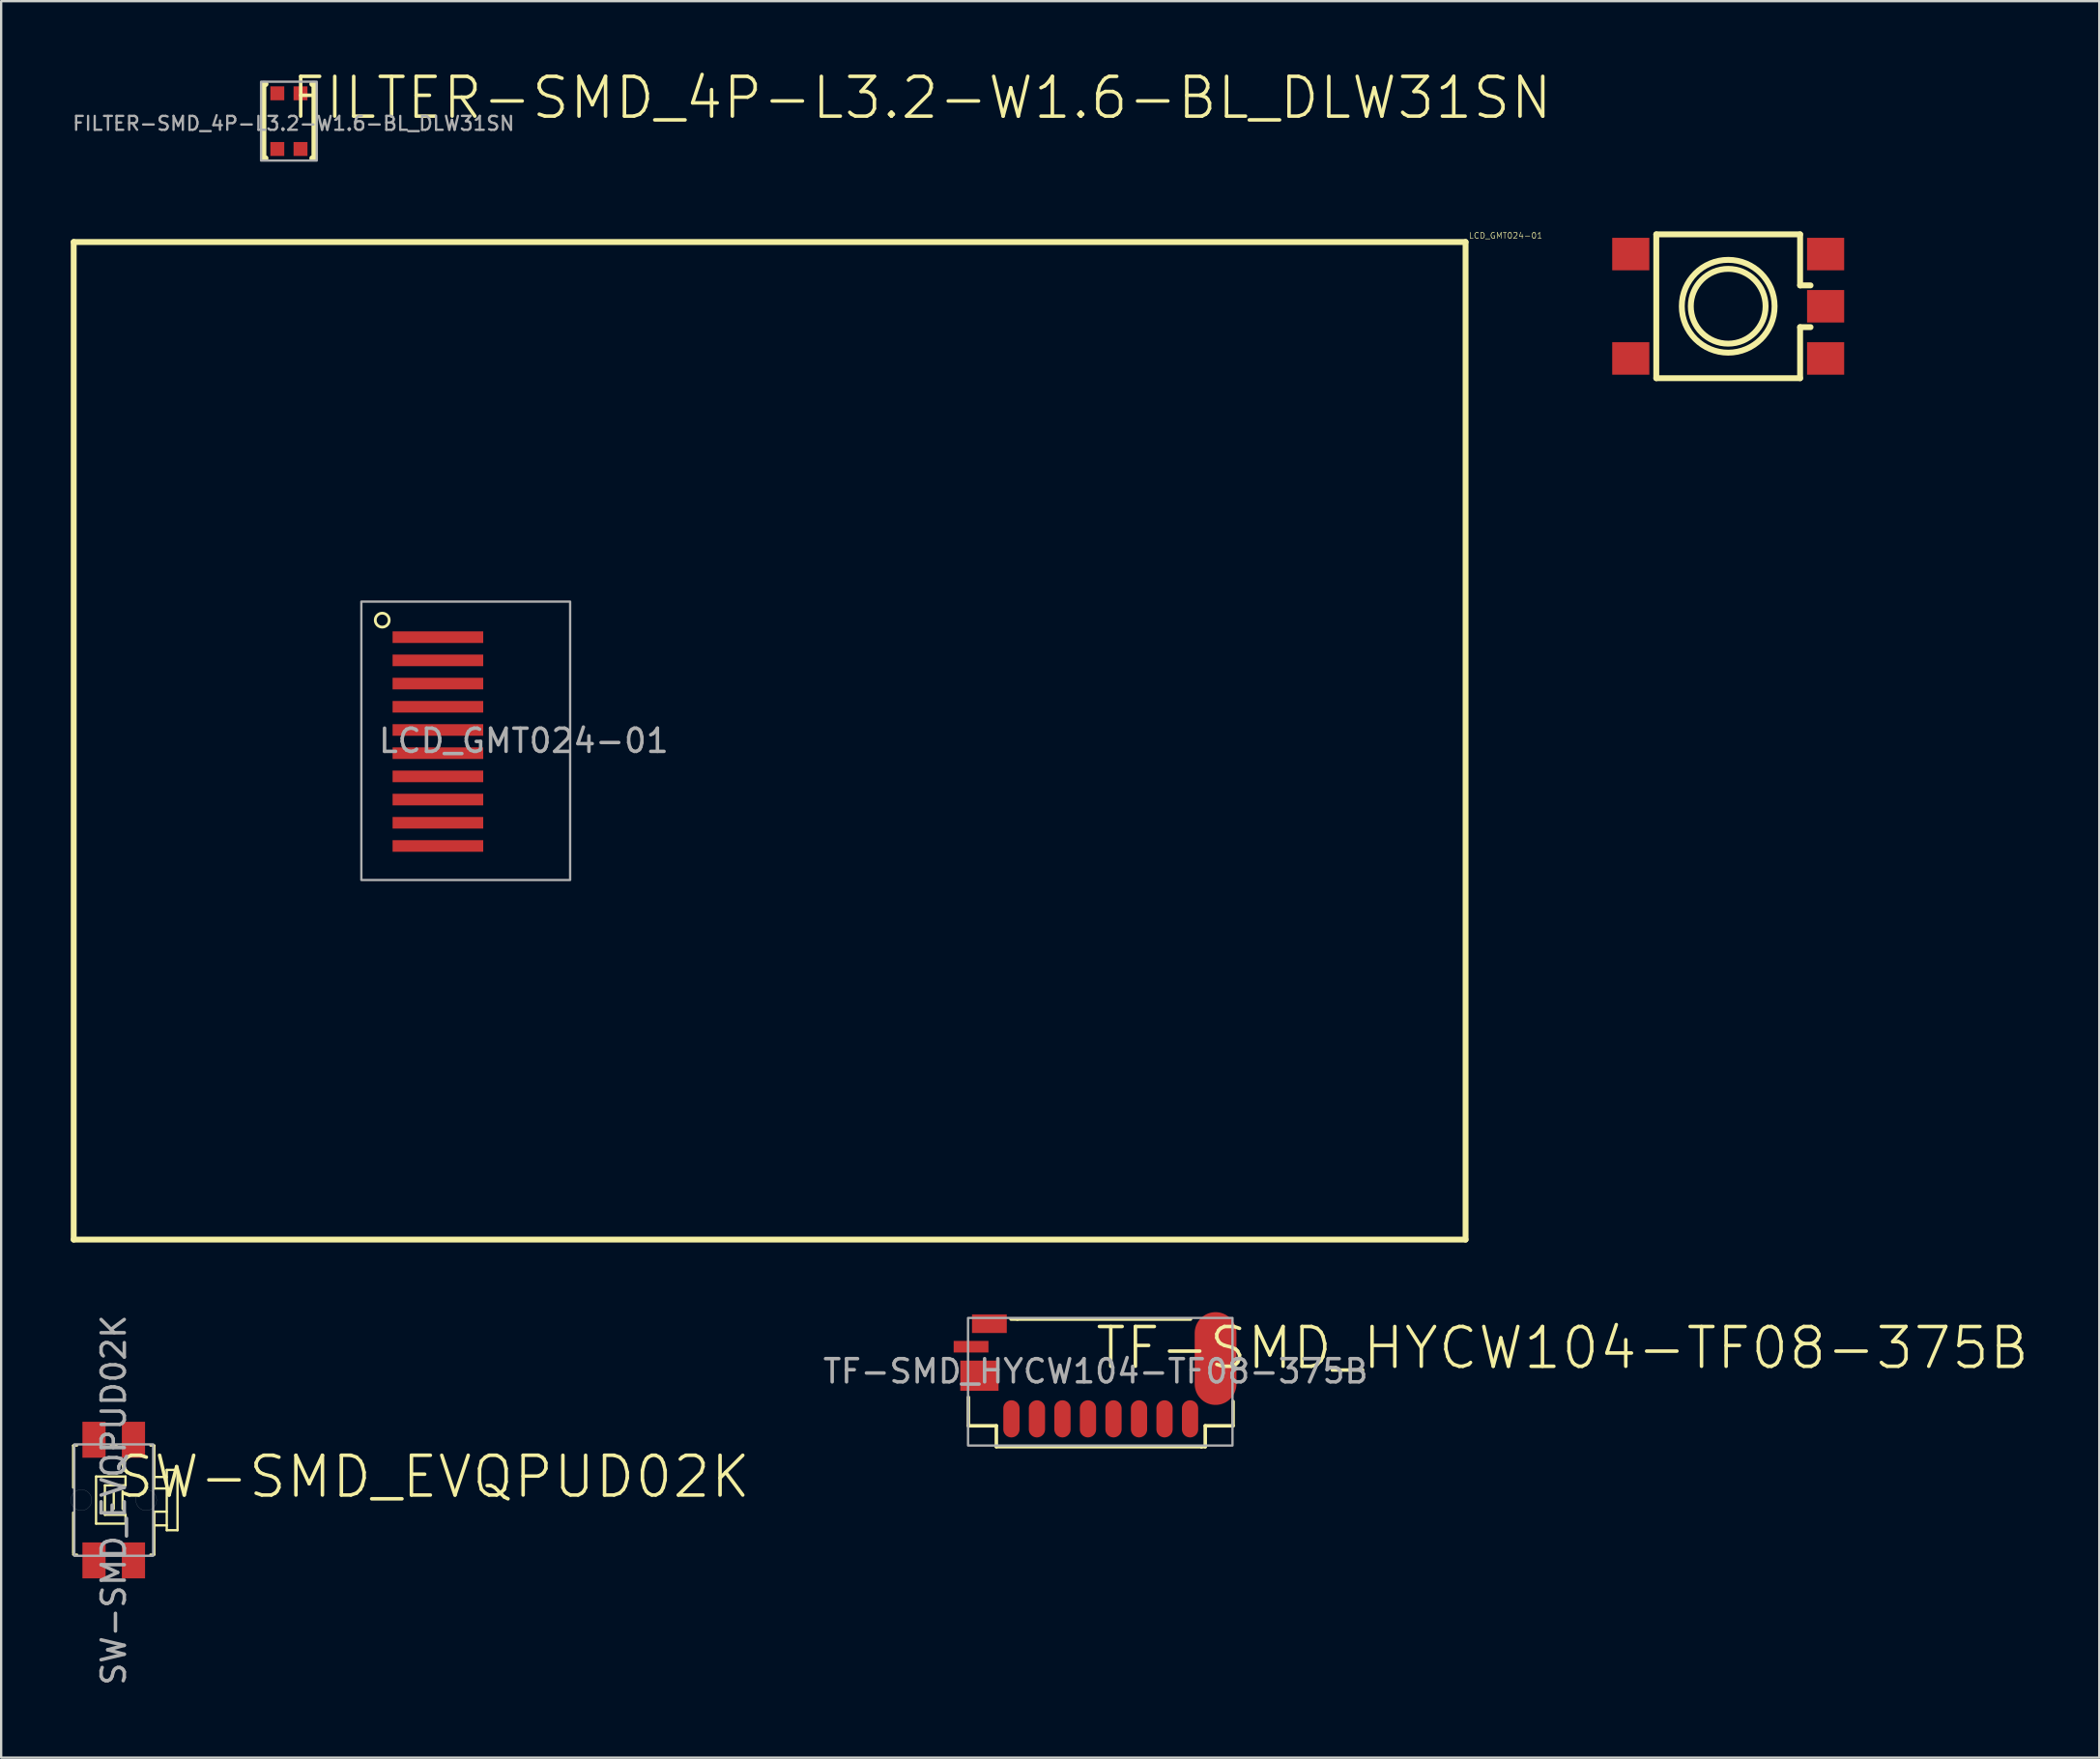
<source format=kicad_pcb>
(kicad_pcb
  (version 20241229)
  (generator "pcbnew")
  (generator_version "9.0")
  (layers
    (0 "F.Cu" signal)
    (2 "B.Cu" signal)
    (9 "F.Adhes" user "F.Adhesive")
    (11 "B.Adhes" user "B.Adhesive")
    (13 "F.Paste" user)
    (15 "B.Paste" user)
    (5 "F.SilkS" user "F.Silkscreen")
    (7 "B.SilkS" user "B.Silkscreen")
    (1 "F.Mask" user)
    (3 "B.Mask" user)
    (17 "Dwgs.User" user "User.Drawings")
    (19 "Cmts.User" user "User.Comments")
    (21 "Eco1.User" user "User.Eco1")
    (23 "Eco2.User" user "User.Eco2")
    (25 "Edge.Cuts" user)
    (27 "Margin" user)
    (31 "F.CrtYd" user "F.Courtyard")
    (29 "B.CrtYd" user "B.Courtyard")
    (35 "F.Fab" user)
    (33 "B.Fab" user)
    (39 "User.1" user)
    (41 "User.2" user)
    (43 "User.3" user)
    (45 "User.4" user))
  (footprint "FILTER-SMD_4P-L3.2-W1.6-BL_DLW31SN"
    (layer "F.Cu")
    (at 9.404 2.172)
    (property "Reference" "FILTER-SMD_4P-L3.2-W1.6-BL_DLW31SN" (at 0 0 0) (unlocked yes) (layer "F.SilkS") (effects (font (size 1.714 1.714) (thickness 0.152)) (justify left bottom)))
    (fp_rect (start -0.8 -1.5) (end -0.2 -0.9) (stroke (width 0.12) (type solid)) (fill yes) (layer "F.Mask"))
    (fp_rect (start -0.8 0.9) (end -0.2 1.5) (stroke (width 0.12) (type solid)) (fill yes) (layer "F.Mask"))
    (fp_rect (start 0.2 -1.5) (end 0.8 -0.9) (stroke (width 0.12) (type solid)) (fill yes) (layer "F.Mask"))
    (fp_rect (start 0.2 0.9) (end 0.8 1.5) (stroke (width 0.12) (type solid)) (fill yes) (layer "F.Mask"))
    (fp_line (start -1.1 1.6) (end -1.1 -1.6) (stroke (width 0.254) (type solid)) (layer "F.SilkS"))
    (fp_line (start -1.1 1.6) (end -1.008 1.6) (stroke (width 0.254) (type solid)) (layer "F.SilkS"))
    (fp_line (start -1.1 -1.6) (end -1.008 -1.6) (stroke (width 0.254) (type solid)) (layer "F.SilkS"))
    (fp_line (start 1.008 1.6) (end 1.1 1.6) (stroke (width 0.254) (type solid)) (layer "F.SilkS"))
    (fp_line (start 1.008 -1.6) (end 1.1 -1.6) (stroke (width 0.254) (type solid)) (layer "F.SilkS"))
    (fp_line (start 1.1 -1.6) (end 1.1 1.6) (stroke (width 0.254) (type solid)) (layer "F.SilkS"))
    (fp_line (start -1.227 -1.727) (end 1.227 -1.727) (stroke (width 0.051) (type solid)) (layer "Eco1.User"))
    (fp_line (start -1.227 1.727) (end -1.227 -1.727) (stroke (width 0.051) (type solid)) (layer "Eco1.User"))
    (fp_line (start -1.227 1.727) (end 1.227 1.727) (stroke (width 0.051) (type solid)) (layer "Eco1.User"))
    (fp_line (start 1.227 1.727) (end 1.227 -1.727) (stroke (width 0.051) (type solid)) (layer "Eco1.User"))
    (fp_rect (start -1.2 -1.7) (end 1.2 1.7) (stroke (width 0.1) (type solid)) (fill no) (layer "F.Fab"))
    (fp_text user "${REFERENCE}" (at 0.2 0.1 0) (unlocked yes) (layer "F.Fab") (effects (font (size 0.6 0.6) (thickness 0.1))))
    (pad "1" smd rect (at -0.5 1.2 180) (size 0.6 0.6) (layers "F.Cu" "F.Paste"))
    (pad "2" smd rect (at -0.5 -1.2 180) (size 0.6 0.6) (layers "F.Cu" "F.Paste"))
    (pad "3" smd rect (at 0.5 -1.2 180) (size 0.6 0.6) (layers "F.Cu" "F.Paste"))
    (pad "4" smd rect (at 0.5 1.2 180) (size 0.6 0.6) (layers "F.Cu" "F.Paste")))
  (footprint "SW-SMD_EVQPUD02K"
    (layer "F.Cu")
    (at 1.853 61.609)
    (property "Reference" "SW-SMD_EVQPUD02K" (at 0 0 0) (unlocked yes) (layer "F.SilkS") (effects (font (size 1.714 1.714) (thickness 0.152)) (justify left bottom)))
    (fp_line (start -1.75 2.35) (end -1.581 2.35) (stroke (width 0.1) (type solid)) (layer "F.SilkS"))
    (fp_line (start -1.75 -2.35) (end -1.581 -2.35) (stroke (width 0.1) (type solid)) (layer "F.SilkS"))
    (fp_line (start -1.75 -0.539) (end -1.75 -2.35) (stroke (width 0.1) (type solid)) (layer "F.SilkS"))
    (fp_line (start -1.75 2.286) (end -1.75 0.539) (stroke (width 0.1) (type solid)) (layer "F.SilkS"))
    (fp_line (start -0.762 -1.016) (end 0.508 -1.016) (stroke (width 0.1) (type solid)) (layer "F.SilkS"))
    (fp_line (start -0.762 1.016) (end -0.762 -1.016) (stroke (width 0.1) (type solid)) (layer "F.SilkS"))
    (fp_line (start -0.762 1.016) (end 0.508 1.016) (stroke (width 0.1) (type solid)) (layer "F.SilkS"))
    (fp_line (start -0.381 -0.635) (end 0.508 -0.635) (stroke (width 0.1) (type solid)) (layer "F.SilkS"))
    (fp_line (start -0.381 0.635) (end -0.381 -0.635) (stroke (width 0.1) (type solid)) (layer "F.SilkS"))
    (fp_line (start -0.381 0.635) (end 0.508 0.635) (stroke (width 0.1) (type solid)) (layer "F.SilkS"))
    (fp_line (start -0.119 -2.35) (end 0.119 -2.35) (stroke (width 0.1) (type solid)) (layer "F.SilkS"))
    (fp_line (start -0.119 2.35) (end 0.119 2.35) (stroke (width 0.1) (type solid)) (layer "F.SilkS"))
    (fp_line (start -0.000127 0.381) (end -0.000127 -0.381) (stroke (width 0.1) (type solid)) (layer "F.SilkS"))
    (fp_line (start 0.381 0.381) (end 0.381 -0.381) (stroke (width 0.1) (type solid)) (layer "F.SilkS"))
    (fp_line (start 0.508 -0.635) (end 0.508 -1.016) (stroke (width 0.1) (type solid)) (layer "F.SilkS"))
    (fp_line (start 0.508 1.016) (end 0.508 0.635) (stroke (width 0.1) (type solid)) (layer "F.SilkS"))
    (fp_line (start 1.581 -2.35) (end 1.75 -2.35) (stroke (width 0.1) (type solid)) (layer "F.SilkS"))
    (fp_line (start 1.581 2.35) (end 1.75 2.35) (stroke (width 0.1) (type solid)) (layer "F.SilkS"))
    (fp_line (start 1.75 0.5) (end 2.286 0.5) (stroke (width 0.1) (type solid)) (layer "F.SilkS"))
    (fp_line (start 1.75 1.091) (end 2.286 1.091) (stroke (width 0.1) (type solid)) (layer "F.SilkS"))
    (fp_line (start 1.75 -0.994) (end 2.286 -0.994) (stroke (width 0.1) (type solid)) (layer "F.SilkS"))
    (fp_line (start 1.75 -0.5) (end 1.75 -2.35) (stroke (width 0.1) (type solid)) (layer "F.SilkS"))
    (fp_line (start 1.75 -0.5) (end 2.286 -0.5) (stroke (width 0.1) (type solid)) (layer "F.SilkS"))
    (fp_line (start 1.75 2.35) (end 1.75 0.5) (stroke (width 0.1) (type solid)) (layer "F.SilkS"))
    (fp_line (start 2.286 -1.3) (end 2.75 -1.3) (stroke (width 0.1) (type solid)) (layer "F.SilkS"))
    (fp_line (start 2.286 1.3) (end 2.286 -1.3) (stroke (width 0.1) (type solid)) (layer "F.SilkS"))
    (fp_line (start 2.286 1.3) (end 2.75 1.3) (stroke (width 0.1) (type solid)) (layer "F.SilkS"))
    (fp_line (start 2.75 1.3) (end 2.75 -1.3) (stroke (width 0.1) (type solid)) (layer "F.SilkS"))
    (fp_line (start -1.75 -2.35) (end -1.74 -2.34) (stroke (width 0.051) (type solid)) (layer "Eco1.User"))
    (fp_line (start -1.75 -2.35) (end 1.74 -2.35) (stroke (width 0.051) (type solid)) (layer "Eco1.User"))
    (fp_line (start -1.74 2.34) (end -1.74 -2.34) (stroke (width 0.051) (type solid)) (layer "Eco1.User"))
    (fp_line (start -1.74 2.34) (end 1.75 2.35) (stroke (width 0.051) (type solid)) (layer "Eco1.User"))
    (fp_line (start 1.74 -1.15) (end 1.74 -2.35) (stroke (width 0.051) (type solid)) (layer "Eco1.User"))
    (fp_line (start 1.74 -1.15) (end 2.05 -1.15) (stroke (width 0.051) (type solid)) (layer "Eco1.User"))
    (fp_line (start 1.75 1.15) (end 2.05 1.15) (stroke (width 0.051) (type solid)) (layer "Eco1.User"))
    (fp_line (start 1.75 2.35) (end 1.75 1.15) (stroke (width 0.051) (type solid)) (layer "Eco1.User"))
    (fp_line (start 2.05 -1.3) (end 2.74 -1.3) (stroke (width 0.051) (type solid)) (layer "Eco1.User"))
    (fp_line (start 2.05 -1.15) (end 2.05 -1.3) (stroke (width 0.051) (type solid)) (layer "Eco1.User"))
    (fp_line (start 2.05 1.3) (end 2.05 1.15) (stroke (width 0.051) (type solid)) (layer "Eco1.User"))
    (fp_line (start 2.05 1.3) (end 2.74 1.3) (stroke (width 0.051) (type solid)) (layer "Eco1.User"))
    (fp_line (start 2.74 1.3) (end 2.74 -1.3) (stroke (width 0.051) (type solid)) (layer "Eco1.User"))
    (fp_circle (center -1.4 -0.000127) (end -0.95 -0.000127) (stroke (width 0.005) (type solid)) (fill no) (layer "Edge.Cuts"))
    (fp_circle (center 1.4 -0.000127) (end 1.85 -0.000127) (stroke (width 0.005) (type solid)) (fill no) (layer "Edge.Cuts"))
    (fp_rect (start -1.7 -2.4) (end 1.7 2.4) (stroke (width 0.1) (type solid)) (fill no) (layer "F.Fab"))
    (fp_text user "${REFERENCE}" (at 0 0 90) (unlocked yes) (layer "F.Fab") (effects (font (size 1 1) (thickness 0.15))))
    (pad "1" smd rect (at -0.85 -2.6 180) (size 1 1.55) (layers "F.Cu" "F.Mask" "F.Paste"))
    (pad "2" smd rect (at 0.85 -2.6 180) (size 1 1.55) (layers "F.Cu" "F.Mask" "F.Paste"))
    (pad "3" smd rect (at -0.85 2.6 180) (size 1 1.55) (layers "F.Cu" "F.Mask" "F.Paste"))
    (pad "4" smd rect (at 0.85 2.6 180) (size 1 1.55) (layers "F.Cu" "F.Mask" "F.Paste")))
  (footprint "TF-SMD_HYCW104-TF08-375B"
    (layer "F.Cu")
    (at 44.08 56.058)
    (property "Reference" "TF-SMD_HYCW104-TF08-375B" (at 0 0 0) (unlocked yes) (layer "F.SilkS") (effects (font (size 1.714 1.714) (thickness 0.152)) (justify left bottom)))
    (fp_line (start -5.385 2.35) (end -5.385 1.12) (stroke (width 0.152) (type solid)) (layer "F.SilkS"))
    (fp_line (start -5.385 2.35) (end -4.18 2.35) (stroke (width 0.152) (type solid)) (layer "F.SilkS"))
    (fp_line (start -4.18 3.25) (end -4.18 2.35) (stroke (width 0.152) (type solid)) (layer "F.SilkS"))
    (fp_line (start -4.18 3.25) (end 4.665 3.25) (stroke (width 0.152) (type solid)) (layer "F.SilkS"))
    (fp_line (start -3.55 -2.25) (end -3.275 -2.25) (stroke (width 0.152) (type solid)) (layer "F.SilkS"))
    (fp_line (start -3.275 -2.25) (end 4.19 -2.25) (stroke (width 0.152) (type solid)) (layer "F.SilkS"))
    (fp_line (start 4.665 3.25) (end 4.665 3.25) (stroke (width 0.152) (type solid)) (layer "F.SilkS"))
    (fp_line (start 4.665 3.25) (end 4.825 3.25) (stroke (width 0.152) (type solid)) (layer "F.SilkS"))
    (fp_line (start 4.825 2.35) (end 6.025 2.35) (stroke (width 0.152) (type solid)) (layer "F.SilkS"))
    (fp_line (start 4.825 3.25) (end 4.825 2.35) (stroke (width 0.152) (type solid)) (layer "F.SilkS"))
    (fp_line (start 6.025 2.35) (end 6.025 1.3) (stroke (width 0.152) (type solid)) (layer "F.SilkS"))
    (fp_line (start -5.385 -2.25) (end 6.025 -2.25) (stroke (width 0.051) (type solid)) (layer "Eco1.User"))
    (fp_line (start -5.385 3.25) (end -5.385 -2.25) (stroke (width 0.051) (type solid)) (layer "Eco1.User"))
    (fp_line (start -5.385 3.25) (end 6.025 3.25) (stroke (width 0.051) (type solid)) (layer "Eco1.User"))
    (fp_line (start 6.025 3.25) (end 6.025 -2.25) (stroke (width 0.051) (type solid)) (layer "Eco1.User"))
    (fp_rect (start -5.4 -2.3) (end 6 3.2) (stroke (width 0.1) (type solid)) (fill no) (layer "F.Fab"))
    (fp_text user "${REFERENCE}" (at 0.1 0 0) (unlocked yes) (layer "F.Fab") (effects (font (size 1 1) (thickness 0.15))))
    (pad "1" smd oval (at -3.53 2.05) (size 0.7 1.6) (layers "F.Cu" "F.Mask" "F.Paste"))
    (pad "2" smd oval (at -2.43 2.05) (size 0.7 1.6) (layers "F.Cu" "F.Mask" "F.Paste"))
    (pad "3" smd oval (at -1.33 2.05) (size 0.7 1.6) (layers "F.Cu" "F.Mask" "F.Paste"))
    (pad "4" smd oval (at -0.23 2.05) (size 0.7 1.6) (layers "F.Cu" "F.Mask" "F.Paste"))
    (pad "5" smd oval (at 0.87 2.05) (size 0.7 1.6) (layers "F.Cu" "F.Mask" "F.Paste"))
    (pad "6" smd oval (at 1.97 2.05) (size 0.7 1.6) (layers "F.Cu" "F.Mask" "F.Paste"))
    (pad "7" smd oval (at 3.07 2.05) (size 0.7 1.6) (layers "F.Cu" "F.Mask" "F.Paste"))
    (pad "8" smd oval (at 4.17 2.05) (size 0.7 1.6) (layers "F.Cu" "F.Mask" "F.Paste"))
    (pad "9" smd rect (at -5.27 -1.06) (size 1.5 0.5) (layers "F.Cu" "F.Mask" "F.Paste"))
    (pad "10" smd rect (at -4.48 -2.05) (size 1.5 0.8) (layers "F.Cu" "F.Mask" "F.Paste"))
    (pad "11" smd oval (at 5.27 -0.55) (size 1.8 4) (layers "F.Cu" "F.Mask" "F.Paste"))
    (pad "12" smd rect (at -4.91 0.19) (size 1.65 1.3) (layers "F.Cu" "F.Mask" "F.Paste")))
  (footprint "SW-SMD_4P-L6.2-W6.2-P4.50-LS8.0_DTSGZML"
    (layer "F.Cu")
    (at 71.448 10.151)
    (property "Reference" "SW-SMD_4P-L6.2-W6.2-P4.50-LS8.0_DTSGZML" (at -0.154 -4.354 180) (layer "User.9") (effects (font (size 1.143 1.143) (thickness 0.152)) (justify right)))
    (attr through_hole)
    (fp_line (start -3.1 -3.1) (end 3.1 -3.1) (stroke (width 0.254) (type solid)) (layer "F.SilkS"))
    (fp_line (start -3.1 3.1) (end -3.1 -3.1) (stroke (width 0.254) (type solid)) (layer "F.SilkS"))
    (fp_line (start 3.1 -3.1) (end 3.1 -0.9) (stroke (width 0.254) (type solid)) (layer "F.SilkS"))
    (fp_line (start 3.1 -0.9) (end 3.55 -0.9) (stroke (width 0.254) (type solid)) (layer "F.SilkS"))
    (fp_line (start 3.1 3.1) (end -3.1 3.1) (stroke (width 0.254) (type solid)) (layer "F.SilkS"))
    (fp_line (start 3.1 0.9) (end 3.1 3.1) (stroke (width 0.254) (type solid)) (layer "F.SilkS"))
    (fp_line (start 3.55 0.9) (end 3.1 0.9) (stroke (width 0.254) (type solid)) (layer "F.SilkS"))
    (fp_circle (center -0.000076 0) (end -0.000076 1.612) (stroke (width 0.254) (type solid)) (fill no) (layer "F.SilkS"))
    (fp_circle (center -0.000076 0) (end -0.000076 2) (stroke (width 0.254) (type solid)) (fill no) (layer "F.SilkS"))
    (pad "1" smd rect (at -4.2 -2.25) (size 1.6 1.4) (layers "F.Cu" "F.Mask" "F.Paste"))
    (pad "2" smd rect (at 4.2 -2.25) (size 1.6 1.4) (layers "F.Cu" "F.Mask" "F.Paste"))
    (pad "3" smd rect (at -4.2 2.25 180) (size 1.6 1.4) (layers "F.Cu" "F.Mask" "F.Paste"))
    (pad "4" smd rect (at 4.2 2.25 180) (size 1.6 1.4) (layers "F.Cu" "F.Mask" "F.Paste"))
    (pad "5" smd rect (at 4.2 0) (size 1.6 1.4) (layers "F.Cu" "F.Mask" "F.Paste")))
  (footprint "LCD_GMT024-01"
    (layer "F.Cu")
    (at 30.127 28.881)
    (property "Reference" "LCD_GMT024-01" (at 30.127 -21.627 0) (unlocked yes) (layer "F.SilkS") (effects (font (size 0.254 0.254) (thickness 0.025)) (justify left bottom)))
    (fp_line (start -30 -21.5) (end 30 -21.5) (stroke (width 0.254) (type solid)) (layer "F.SilkS"))
    (fp_line (start -30 21.5) (end -30 -21.5) (stroke (width 0.254) (type solid)) (layer "F.SilkS"))
    (fp_line (start -30 21.5) (end 30 21.5) (stroke (width 0.254) (type solid)) (layer "F.SilkS"))
    (fp_line (start 30 21.5) (end 30 -21.5) (stroke (width 0.254) (type solid)) (layer "F.SilkS"))
    (fp_circle (center -16.7 -5.2) (end -16.4 -5.2) (stroke (width 0.12) (type solid)) (fill no) (layer "F.SilkS"))
    (fp_rect (start -17.6 -6) (end -8.6 6) (stroke (width 0.1) (type solid)) (fill no) (layer "F.Fab"))
    (fp_text user "${REFERENCE}" (at -10.6 0 0) (unlocked yes) (layer "F.Fab") (effects (font (size 1 1) (thickness 0.15))))
    (pad "1" smd rect (at -14.3 -4.466 270) (size 0.5 3.907) (layers "F.Cu" "F.Mask" "F.Paste"))
    (pad "2" smd rect (at -14.3 -3.466 270) (size 0.5 3.907) (layers "F.Cu" "F.Mask" "F.Paste"))
    (pad "3" smd rect (at -14.3 -2.466 270) (size 0.5 3.907) (layers "F.Cu" "F.Mask" "F.Paste"))
    (pad "4" smd rect (at -14.3 -1.466 270) (size 0.5 3.907) (layers "F.Cu" "F.Mask" "F.Paste"))
    (pad "5" smd rect (at -14.3 -0.466 270) (size 0.5 3.907) (layers "F.Cu" "F.Mask" "F.Paste"))
    (pad "6" smd rect (at -14.3 0.534 270) (size 0.5 3.907) (layers "F.Cu" "F.Mask" "F.Paste"))
    (pad "7" smd rect (at -14.3 1.534 270) (size 0.5 3.907) (layers "F.Cu" "F.Mask" "F.Paste"))
    (pad "8" smd rect (at -14.3 2.534 270) (size 0.5 3.907) (layers "F.Cu" "F.Mask" "F.Paste"))
    (pad "9" smd rect (at -14.3 3.534 270) (size 0.5 3.907) (layers "F.Cu" "F.Mask" "F.Paste"))
    (pad "10" smd rect (at -14.3 4.534 270) (size 0.5 3.907) (layers "F.Cu" "F.Mask" "F.Paste")))
  (gr_rect
    (start -3 -3)
    (end 87.445 72.711)
    (stroke (width 0.1) (type default))
    (fill no)
    (layer "Edge.Cuts")))
</source>
